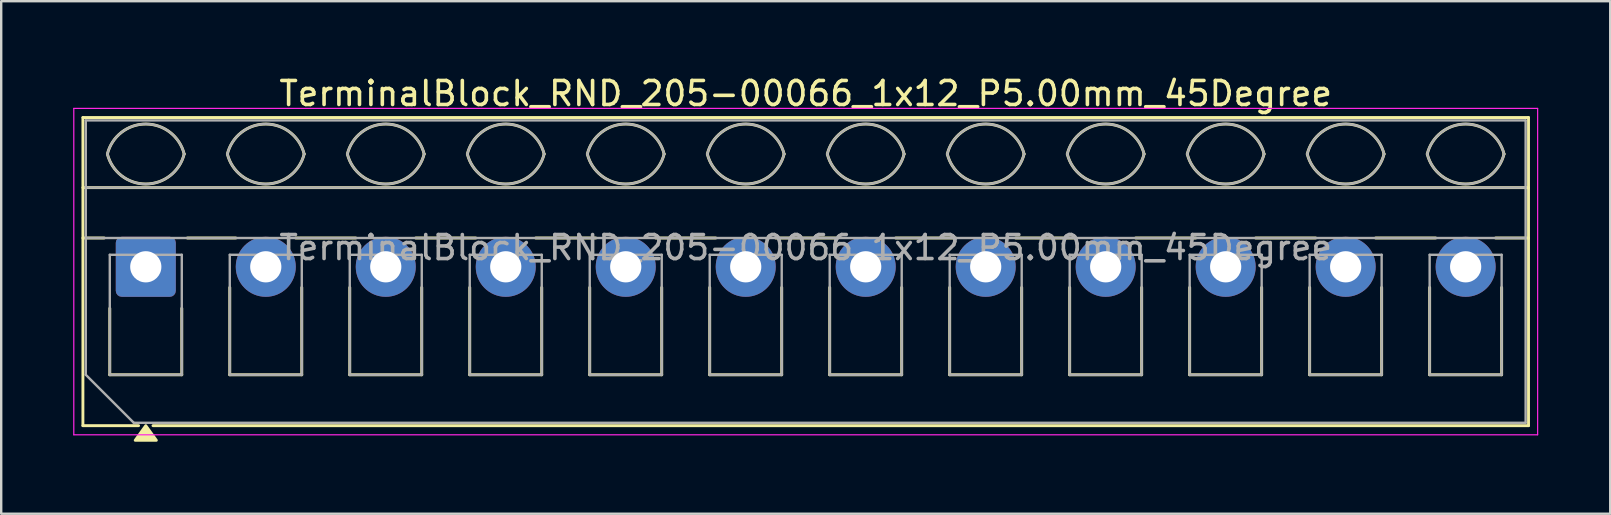
<source format=kicad_pcb>
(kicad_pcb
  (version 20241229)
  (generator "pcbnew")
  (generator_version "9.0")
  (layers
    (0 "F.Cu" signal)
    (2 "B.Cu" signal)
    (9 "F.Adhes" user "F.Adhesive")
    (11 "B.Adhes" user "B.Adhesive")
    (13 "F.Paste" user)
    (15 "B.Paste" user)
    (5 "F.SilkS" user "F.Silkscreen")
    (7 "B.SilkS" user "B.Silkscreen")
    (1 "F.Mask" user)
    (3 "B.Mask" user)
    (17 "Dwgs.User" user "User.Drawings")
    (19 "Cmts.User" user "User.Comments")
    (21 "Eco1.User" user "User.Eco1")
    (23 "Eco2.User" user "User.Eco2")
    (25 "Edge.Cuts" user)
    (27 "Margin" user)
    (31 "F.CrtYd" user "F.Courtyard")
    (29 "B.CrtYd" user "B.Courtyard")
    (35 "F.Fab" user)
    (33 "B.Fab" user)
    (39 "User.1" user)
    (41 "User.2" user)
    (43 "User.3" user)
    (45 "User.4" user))
  (footprint "TerminalBlock_RND_205-00066_1x12_P5.00mm_45Degree"
    (layer "F.Cu")
    (at 3.025 8.068)
    (property "Reference" "TerminalBlock_RND_205-00066_1x12_P5.00mm_45Degree" (at 27.5 -7.22 0) (layer "F.SilkS") (effects (font (size 1 1) (thickness 0.15))))
    (attr through_hole)
    (fp_line (start -2.62 -6.22) (end -2.62 6.62) (stroke (width 0.12) (type solid)) (layer "F.SilkS"))
    (fp_line (start -2.62 -6.22) (end 57.62 -6.22) (stroke (width 0.12) (type solid)) (layer "F.SilkS"))
    (fp_line (start -2.62 -3.3) (end 57.62 -3.3) (stroke (width 0.12) (type solid)) (layer "F.SilkS"))
    (fp_line (start -2.62 -1.2) (end -1.73 -1.2) (stroke (width 0.12) (type solid)) (layer "F.SilkS"))
    (fp_line (start -2.62 6.62) (end -0.3 6.62) (stroke (width 0.12) (type solid)) (layer "F.SilkS"))
    (fp_line (start -1.5 1.73) (end -1.5 4.5) (stroke (width 0.12) (type solid)) (layer "F.SilkS"))
    (fp_line (start -1.5 4.5) (end 1.5 4.5) (stroke (width 0.12) (type solid)) (layer "F.SilkS"))
    (fp_line (start 0.3 6.62) (end 57.62 6.62) (stroke (width 0.12) (type solid)) (layer "F.SilkS"))
    (fp_line (start 1.5 1.73) (end 1.5 4.5) (stroke (width 0.12) (type solid)) (layer "F.SilkS"))
    (fp_line (start 1.73 -1.2) (end 3.754 -1.2) (stroke (width 0.12) (type solid)) (layer "F.SilkS"))
    (fp_line (start 3.5 0.862) (end 3.5 4.5) (stroke (width 0.12) (type solid)) (layer "F.SilkS"))
    (fp_line (start 3.5 4.5) (end 6.5 4.5) (stroke (width 0.12) (type solid)) (layer "F.SilkS"))
    (fp_line (start 6.246 -1.2) (end 8.754 -1.2) (stroke (width 0.12) (type solid)) (layer "F.SilkS"))
    (fp_line (start 6.5 0.862) (end 6.5 4.5) (stroke (width 0.12) (type solid)) (layer "F.SilkS"))
    (fp_line (start 8.5 0.862) (end 8.5 4.5) (stroke (width 0.12) (type solid)) (layer "F.SilkS"))
    (fp_line (start 8.5 4.5) (end 11.5 4.5) (stroke (width 0.12) (type solid)) (layer "F.SilkS"))
    (fp_line (start 11.246 -1.2) (end 13.754 -1.2) (stroke (width 0.12) (type solid)) (layer "F.SilkS"))
    (fp_line (start 11.5 0.862) (end 11.5 4.5) (stroke (width 0.12) (type solid)) (layer "F.SilkS"))
    (fp_line (start 13.5 0.862) (end 13.5 4.5) (stroke (width 0.12) (type solid)) (layer "F.SilkS"))
    (fp_line (start 13.5 4.5) (end 16.5 4.5) (stroke (width 0.12) (type solid)) (layer "F.SilkS"))
    (fp_line (start 16.246 -1.2) (end 18.754 -1.2) (stroke (width 0.12) (type solid)) (layer "F.SilkS"))
    (fp_line (start 16.5 0.862) (end 16.5 4.5) (stroke (width 0.12) (type solid)) (layer "F.SilkS"))
    (fp_line (start 18.5 0.862) (end 18.5 4.5) (stroke (width 0.12) (type solid)) (layer "F.SilkS"))
    (fp_line (start 18.5 4.5) (end 21.5 4.5) (stroke (width 0.12) (type solid)) (layer "F.SilkS"))
    (fp_line (start 21.246 -1.2) (end 23.754 -1.2) (stroke (width 0.12) (type solid)) (layer "F.SilkS"))
    (fp_line (start 21.5 0.862) (end 21.5 4.5) (stroke (width 0.12) (type solid)) (layer "F.SilkS"))
    (fp_line (start 23.5 0.862) (end 23.5 4.5) (stroke (width 0.12) (type solid)) (layer "F.SilkS"))
    (fp_line (start 23.5 4.5) (end 26.5 4.5) (stroke (width 0.12) (type solid)) (layer "F.SilkS"))
    (fp_line (start 26.246 -1.2) (end 28.754 -1.2) (stroke (width 0.12) (type solid)) (layer "F.SilkS"))
    (fp_line (start 26.5 0.862) (end 26.5 4.5) (stroke (width 0.12) (type solid)) (layer "F.SilkS"))
    (fp_line (start 28.5 0.862) (end 28.5 4.5) (stroke (width 0.12) (type solid)) (layer "F.SilkS"))
    (fp_line (start 28.5 4.5) (end 31.5 4.5) (stroke (width 0.12) (type solid)) (layer "F.SilkS"))
    (fp_line (start 31.246 -1.2) (end 33.754 -1.2) (stroke (width 0.12) (type solid)) (layer "F.SilkS"))
    (fp_line (start 31.5 0.862) (end 31.5 4.5) (stroke (width 0.12) (type solid)) (layer "F.SilkS"))
    (fp_line (start 33.5 0.862) (end 33.5 4.5) (stroke (width 0.12) (type solid)) (layer "F.SilkS"))
    (fp_line (start 33.5 4.5) (end 36.5 4.5) (stroke (width 0.12) (type solid)) (layer "F.SilkS"))
    (fp_line (start 36.246 -1.2) (end 38.754 -1.2) (stroke (width 0.12) (type solid)) (layer "F.SilkS"))
    (fp_line (start 36.5 0.862) (end 36.5 4.5) (stroke (width 0.12) (type solid)) (layer "F.SilkS"))
    (fp_line (start 38.5 0.862) (end 38.5 4.5) (stroke (width 0.12) (type solid)) (layer "F.SilkS"))
    (fp_line (start 38.5 4.5) (end 41.5 4.5) (stroke (width 0.12) (type solid)) (layer "F.SilkS"))
    (fp_line (start 41.246 -1.2) (end 43.754 -1.2) (stroke (width 0.12) (type solid)) (layer "F.SilkS"))
    (fp_line (start 41.5 0.862) (end 41.5 4.5) (stroke (width 0.12) (type solid)) (layer "F.SilkS"))
    (fp_line (start 43.5 0.862) (end 43.5 4.5) (stroke (width 0.12) (type solid)) (layer "F.SilkS"))
    (fp_line (start 43.5 4.5) (end 46.5 4.5) (stroke (width 0.12) (type solid)) (layer "F.SilkS"))
    (fp_line (start 46.246 -1.2) (end 48.754 -1.2) (stroke (width 0.12) (type solid)) (layer "F.SilkS"))
    (fp_line (start 46.5 0.862) (end 46.5 4.5) (stroke (width 0.12) (type solid)) (layer "F.SilkS"))
    (fp_line (start 48.5 0.862) (end 48.5 4.5) (stroke (width 0.12) (type solid)) (layer "F.SilkS"))
    (fp_line (start 48.5 4.5) (end 51.5 4.5) (stroke (width 0.12) (type solid)) (layer "F.SilkS"))
    (fp_line (start 51.246 -1.2) (end 53.754 -1.2) (stroke (width 0.12) (type solid)) (layer "F.SilkS"))
    (fp_line (start 51.5 0.862) (end 51.5 4.5) (stroke (width 0.12) (type solid)) (layer "F.SilkS"))
    (fp_line (start 53.5 0.862) (end 53.5 4.5) (stroke (width 0.12) (type solid)) (layer "F.SilkS"))
    (fp_line (start 53.5 4.5) (end 56.5 4.5) (stroke (width 0.12) (type solid)) (layer "F.SilkS"))
    (fp_line (start 56.246 -1.2) (end 57.62 -1.2) (stroke (width 0.12) (type solid)) (layer "F.SilkS"))
    (fp_line (start 56.5 0.862) (end 56.5 4.5) (stroke (width 0.12) (type solid)) (layer "F.SilkS"))
    (fp_line (start 57.62 -6.22) (end 57.62 6.62) (stroke (width 0.12) (type solid)) (layer "F.SilkS"))
    (fp_arc (start -1.600031 -4.699875) (mid -0.000065 -5.95) (end 1.6 -4.7) (stroke (width 0.12) (type solid)) (layer "F.SilkS"))
    (fp_arc (start 1.6 -4.7) (mid -0.000065 -3.45) (end -1.600031 -4.700125) (stroke (width 0.12) (type solid)) (layer "F.SilkS"))
    (fp_arc (start 3.399969 -4.699875) (mid 4.999935 -5.95) (end 6.6 -4.7) (stroke (width 0.12) (type solid)) (layer "F.SilkS"))
    (fp_arc (start 6.6 -4.7) (mid 4.999935 -3.45) (end 3.399969 -4.700125) (stroke (width 0.12) (type solid)) (layer "F.SilkS"))
    (fp_arc (start 8.399969 -4.699875) (mid 9.999935 -5.95) (end 11.6 -4.7) (stroke (width 0.12) (type solid)) (layer "F.SilkS"))
    (fp_arc (start 11.6 -4.7) (mid 9.999935 -3.45) (end 8.399969 -4.700125) (stroke (width 0.12) (type solid)) (layer "F.SilkS"))
    (fp_arc (start 13.399969 -4.699875) (mid 14.999935 -5.95) (end 16.6 -4.7) (stroke (width 0.12) (type solid)) (layer "F.SilkS"))
    (fp_arc (start 16.6 -4.7) (mid 14.999935 -3.45) (end 13.399969 -4.700125) (stroke (width 0.12) (type solid)) (layer "F.SilkS"))
    (fp_arc (start 18.399969 -4.699875) (mid 19.999935 -5.95) (end 21.6 -4.7) (stroke (width 0.12) (type solid)) (layer "F.SilkS"))
    (fp_arc (start 21.6 -4.7) (mid 19.999935 -3.45) (end 18.399969 -4.700125) (stroke (width 0.12) (type solid)) (layer "F.SilkS"))
    (fp_arc (start 23.399969 -4.699875) (mid 24.999935 -5.95) (end 26.6 -4.7) (stroke (width 0.12) (type solid)) (layer "F.SilkS"))
    (fp_arc (start 26.6 -4.7) (mid 24.999935 -3.45) (end 23.399969 -4.700125) (stroke (width 0.12) (type solid)) (layer "F.SilkS"))
    (fp_arc (start 28.399969 -4.699875) (mid 29.999935 -5.95) (end 31.6 -4.7) (stroke (width 0.12) (type solid)) (layer "F.SilkS"))
    (fp_arc (start 31.6 -4.7) (mid 29.999935 -3.45) (end 28.399969 -4.700125) (stroke (width 0.12) (type solid)) (layer "F.SilkS"))
    (fp_arc (start 33.399969 -4.699875) (mid 34.999935 -5.95) (end 36.6 -4.7) (stroke (width 0.12) (type solid)) (layer "F.SilkS"))
    (fp_arc (start 36.6 -4.7) (mid 34.999935 -3.45) (end 33.399969 -4.700125) (stroke (width 0.12) (type solid)) (layer "F.SilkS"))
    (fp_arc (start 38.399969 -4.699875) (mid 39.999935 -5.95) (end 41.6 -4.7) (stroke (width 0.12) (type solid)) (layer "F.SilkS"))
    (fp_arc (start 41.6 -4.7) (mid 39.999935 -3.45) (end 38.399969 -4.700125) (stroke (width 0.12) (type solid)) (layer "F.SilkS"))
    (fp_arc (start 43.399969 -4.699875) (mid 44.999935 -5.95) (end 46.6 -4.7) (stroke (width 0.12) (type solid)) (layer "F.SilkS"))
    (fp_arc (start 46.6 -4.7) (mid 44.999935 -3.45) (end 43.399969 -4.700125) (stroke (width 0.12) (type solid)) (layer "F.SilkS"))
    (fp_arc (start 48.399969 -4.699875) (mid 49.999935 -5.95) (end 51.6 -4.7) (stroke (width 0.12) (type solid)) (layer "F.SilkS"))
    (fp_arc (start 51.6 -4.7) (mid 49.999935 -3.45) (end 48.399969 -4.700125) (stroke (width 0.12) (type solid)) (layer "F.SilkS"))
    (fp_arc (start 53.399969 -4.699875) (mid 54.999935 -5.95) (end 56.6 -4.7) (stroke (width 0.12) (type solid)) (layer "F.SilkS"))
    (fp_arc (start 56.6 -4.7) (mid 54.999935 -3.45) (end 53.399969 -4.700125) (stroke (width 0.12) (type solid)) (layer "F.SilkS"))
    (fp_poly (pts (xy 0 6.62) (xy 0.44 7.23) (xy -0.44 7.23)) (stroke (width 0.12) (type solid)) (fill yes) (layer "F.SilkS"))
    (fp_line (start -3 -6.6) (end -3 7) (stroke (width 0.05) (type solid)) (layer "F.CrtYd"))
    (fp_line (start -3 7) (end 58 7) (stroke (width 0.05) (type solid)) (layer "F.CrtYd"))
    (fp_line (start 58 -6.6) (end -3 -6.6) (stroke (width 0.05) (type solid)) (layer "F.CrtYd"))
    (fp_line (start 58 7) (end 58 -6.6) (stroke (width 0.05) (type solid)) (layer "F.CrtYd"))
    (fp_line (start -2.5 -6.1) (end 57.5 -6.1) (stroke (width 0.1) (type solid)) (layer "F.Fab"))
    (fp_line (start -2.5 -3.3) (end 57.5 -3.3) (stroke (width 0.1) (type solid)) (layer "F.Fab"))
    (fp_line (start -2.5 -1.2) (end 57.5 -1.2) (stroke (width 0.1) (type solid)) (layer "F.Fab"))
    (fp_line (start -2.5 4.5) (end -2.5 -6.1) (stroke (width 0.1) (type solid)) (layer "F.Fab"))
    (fp_line (start -1.5 -0.5) (end -1.5 4.5) (stroke (width 0.1) (type solid)) (layer "F.Fab"))
    (fp_line (start -1.5 4.5) (end 1.5 4.5) (stroke (width 0.1) (type solid)) (layer "F.Fab"))
    (fp_line (start -0.5 6.5) (end -2.5 4.5) (stroke (width 0.1) (type solid)) (layer "F.Fab"))
    (fp_line (start 1.5 -0.5) (end -1.5 -0.5) (stroke (width 0.1) (type solid)) (layer "F.Fab"))
    (fp_line (start 1.5 4.5) (end 1.5 -0.5) (stroke (width 0.1) (type solid)) (layer "F.Fab"))
    (fp_line (start 3.5 -0.5) (end 3.5 4.5) (stroke (width 0.1) (type solid)) (layer "F.Fab"))
    (fp_line (start 3.5 4.5) (end 6.5 4.5) (stroke (width 0.1) (type solid)) (layer "F.Fab"))
    (fp_line (start 6.5 -0.5) (end 3.5 -0.5) (stroke (width 0.1) (type solid)) (layer "F.Fab"))
    (fp_line (start 6.5 4.5) (end 6.5 -0.5) (stroke (width 0.1) (type solid)) (layer "F.Fab"))
    (fp_line (start 8.5 -0.5) (end 8.5 4.5) (stroke (width 0.1) (type solid)) (layer "F.Fab"))
    (fp_line (start 8.5 4.5) (end 11.5 4.5) (stroke (width 0.1) (type solid)) (layer "F.Fab"))
    (fp_line (start 11.5 -0.5) (end 8.5 -0.5) (stroke (width 0.1) (type solid)) (layer "F.Fab"))
    (fp_line (start 11.5 4.5) (end 11.5 -0.5) (stroke (width 0.1) (type solid)) (layer "F.Fab"))
    (fp_line (start 13.5 -0.5) (end 13.5 4.5) (stroke (width 0.1) (type solid)) (layer "F.Fab"))
    (fp_line (start 13.5 4.5) (end 16.5 4.5) (stroke (width 0.1) (type solid)) (layer "F.Fab"))
    (fp_line (start 16.5 -0.5) (end 13.5 -0.5) (stroke (width 0.1) (type solid)) (layer "F.Fab"))
    (fp_line (start 16.5 4.5) (end 16.5 -0.5) (stroke (width 0.1) (type solid)) (layer "F.Fab"))
    (fp_line (start 18.5 -0.5) (end 18.5 4.5) (stroke (width 0.1) (type solid)) (layer "F.Fab"))
    (fp_line (start 18.5 4.5) (end 21.5 4.5) (stroke (width 0.1) (type solid)) (layer "F.Fab"))
    (fp_line (start 21.5 -0.5) (end 18.5 -0.5) (stroke (width 0.1) (type solid)) (layer "F.Fab"))
    (fp_line (start 21.5 4.5) (end 21.5 -0.5) (stroke (width 0.1) (type solid)) (layer "F.Fab"))
    (fp_line (start 23.5 -0.5) (end 23.5 4.5) (stroke (width 0.1) (type solid)) (layer "F.Fab"))
    (fp_line (start 23.5 4.5) (end 26.5 4.5) (stroke (width 0.1) (type solid)) (layer "F.Fab"))
    (fp_line (start 26.5 -0.5) (end 23.5 -0.5) (stroke (width 0.1) (type solid)) (layer "F.Fab"))
    (fp_line (start 26.5 4.5) (end 26.5 -0.5) (stroke (width 0.1) (type solid)) (layer "F.Fab"))
    (fp_line (start 28.5 -0.5) (end 28.5 4.5) (stroke (width 0.1) (type solid)) (layer "F.Fab"))
    (fp_line (start 28.5 4.5) (end 31.5 4.5) (stroke (width 0.1) (type solid)) (layer "F.Fab"))
    (fp_line (start 31.5 -0.5) (end 28.5 -0.5) (stroke (width 0.1) (type solid)) (layer "F.Fab"))
    (fp_line (start 31.5 4.5) (end 31.5 -0.5) (stroke (width 0.1) (type solid)) (layer "F.Fab"))
    (fp_line (start 33.5 -0.5) (end 33.5 4.5) (stroke (width 0.1) (type solid)) (layer "F.Fab"))
    (fp_line (start 33.5 4.5) (end 36.5 4.5) (stroke (width 0.1) (type solid)) (layer "F.Fab"))
    (fp_line (start 36.5 -0.5) (end 33.5 -0.5) (stroke (width 0.1) (type solid)) (layer "F.Fab"))
    (fp_line (start 36.5 4.5) (end 36.5 -0.5) (stroke (width 0.1) (type solid)) (layer "F.Fab"))
    (fp_line (start 38.5 -0.5) (end 38.5 4.5) (stroke (width 0.1) (type solid)) (layer "F.Fab"))
    (fp_line (start 38.5 4.5) (end 41.5 4.5) (stroke (width 0.1) (type solid)) (layer "F.Fab"))
    (fp_line (start 41.5 -0.5) (end 38.5 -0.5) (stroke (width 0.1) (type solid)) (layer "F.Fab"))
    (fp_line (start 41.5 4.5) (end 41.5 -0.5) (stroke (width 0.1) (type solid)) (layer "F.Fab"))
    (fp_line (start 43.5 -0.5) (end 43.5 4.5) (stroke (width 0.1) (type solid)) (layer "F.Fab"))
    (fp_line (start 43.5 4.5) (end 46.5 4.5) (stroke (width 0.1) (type solid)) (layer "F.Fab"))
    (fp_line (start 46.5 -0.5) (end 43.5 -0.5) (stroke (width 0.1) (type solid)) (layer "F.Fab"))
    (fp_line (start 46.5 4.5) (end 46.5 -0.5) (stroke (width 0.1) (type solid)) (layer "F.Fab"))
    (fp_line (start 48.5 -0.5) (end 48.5 4.5) (stroke (width 0.1) (type solid)) (layer "F.Fab"))
    (fp_line (start 48.5 4.5) (end 51.5 4.5) (stroke (width 0.1) (type solid)) (layer "F.Fab"))
    (fp_line (start 51.5 -0.5) (end 48.5 -0.5) (stroke (width 0.1) (type solid)) (layer "F.Fab"))
    (fp_line (start 51.5 4.5) (end 51.5 -0.5) (stroke (width 0.1) (type solid)) (layer "F.Fab"))
    (fp_line (start 53.5 -0.5) (end 53.5 4.5) (stroke (width 0.1) (type solid)) (layer "F.Fab"))
    (fp_line (start 53.5 4.5) (end 56.5 4.5) (stroke (width 0.1) (type solid)) (layer "F.Fab"))
    (fp_line (start 56.5 -0.5) (end 53.5 -0.5) (stroke (width 0.1) (type solid)) (layer "F.Fab"))
    (fp_line (start 56.5 4.5) (end 56.5 -0.5) (stroke (width 0.1) (type solid)) (layer "F.Fab"))
    (fp_line (start 57.5 -6.1) (end 57.5 6.5) (stroke (width 0.1) (type solid)) (layer "F.Fab"))
    (fp_line (start 57.5 6.5) (end -0.5 6.5) (stroke (width 0.1) (type solid)) (layer "F.Fab"))
    (fp_arc (start -1.600914 -4.700344) (mid 0.000177 -5.95097) (end 1.601 -4.7) (stroke (width 0.1) (type solid)) (layer "F.Fab"))
    (fp_arc (start 1.6 -4.7) (mid -0.000065 -3.45) (end -1.600031 -4.700125) (stroke (width 0.1) (type solid)) (layer "F.Fab"))
    (fp_arc (start 3.399086 -4.700344) (mid 5.000177 -5.95097) (end 6.601 -4.7) (stroke (width 0.1) (type solid)) (layer "F.Fab"))
    (fp_arc (start 6.6 -4.7) (mid 4.999935 -3.45) (end 3.399969 -4.700125) (stroke (width 0.1) (type solid)) (layer "F.Fab"))
    (fp_arc (start 8.399086 -4.700344) (mid 10.000177 -5.95097) (end 11.601 -4.7) (stroke (width 0.1) (type solid)) (layer "F.Fab"))
    (fp_arc (start 11.6 -4.7) (mid 9.999935 -3.45) (end 8.399969 -4.700125) (stroke (width 0.1) (type solid)) (layer "F.Fab"))
    (fp_arc (start 13.399086 -4.700344) (mid 15.000177 -5.95097) (end 16.601 -4.7) (stroke (width 0.1) (type solid)) (layer "F.Fab"))
    (fp_arc (start 16.6 -4.7) (mid 14.999935 -3.45) (end 13.399969 -4.700125) (stroke (width 0.1) (type solid)) (layer "F.Fab"))
    (fp_arc (start 18.399086 -4.700344) (mid 20.000177 -5.95097) (end 21.601 -4.7) (stroke (width 0.1) (type solid)) (layer "F.Fab"))
    (fp_arc (start 21.6 -4.7) (mid 19.999935 -3.45) (end 18.399969 -4.700125) (stroke (width 0.1) (type solid)) (layer "F.Fab"))
    (fp_arc (start 23.399086 -4.700344) (mid 25.000177 -5.95097) (end 26.601 -4.7) (stroke (width 0.1) (type solid)) (layer "F.Fab"))
    (fp_arc (start 26.6 -4.7) (mid 24.999935 -3.45) (end 23.399969 -4.700125) (stroke (width 0.1) (type solid)) (layer "F.Fab"))
    (fp_arc (start 28.399086 -4.700344) (mid 30.000177 -5.95097) (end 31.601 -4.7) (stroke (width 0.1) (type solid)) (layer "F.Fab"))
    (fp_arc (start 31.6 -4.7) (mid 29.999935 -3.45) (end 28.399969 -4.700125) (stroke (width 0.1) (type solid)) (layer "F.Fab"))
    (fp_arc (start 33.399086 -4.700344) (mid 35.000177 -5.95097) (end 36.601 -4.7) (stroke (width 0.1) (type solid)) (layer "F.Fab"))
    (fp_arc (start 36.6 -4.7) (mid 34.999935 -3.45) (end 33.399969 -4.700125) (stroke (width 0.1) (type solid)) (layer "F.Fab"))
    (fp_arc (start 38.399086 -4.700344) (mid 40.000177 -5.95097) (end 41.601 -4.7) (stroke (width 0.1) (type solid)) (layer "F.Fab"))
    (fp_arc (start 41.6 -4.7) (mid 39.999935 -3.45) (end 38.399969 -4.700125) (stroke (width 0.1) (type solid)) (layer "F.Fab"))
    (fp_arc (start 43.399086 -4.700344) (mid 45.000177 -5.95097) (end 46.601 -4.7) (stroke (width 0.1) (type solid)) (layer "F.Fab"))
    (fp_arc (start 46.6 -4.7) (mid 44.999935 -3.45) (end 43.399969 -4.700125) (stroke (width 0.1) (type solid)) (layer "F.Fab"))
    (fp_arc (start 48.399086 -4.700344) (mid 50.000177 -5.95097) (end 51.601 -4.7) (stroke (width 0.1) (type solid)) (layer "F.Fab"))
    (fp_arc (start 51.6 -4.7) (mid 49.999935 -3.45) (end 48.399969 -4.700125) (stroke (width 0.1) (type solid)) (layer "F.Fab"))
    (fp_arc (start 53.399086 -4.700344) (mid 55.000177 -5.95097) (end 56.601 -4.7) (stroke (width 0.1) (type solid)) (layer "F.Fab"))
    (fp_arc (start 56.6 -4.7) (mid 54.999935 -3.45) (end 53.399969 -4.700125) (stroke (width 0.1) (type solid)) (layer "F.Fab"))
    (fp_text user "${REFERENCE}" (at 27.5 -0.8 0) (layer "F.Fab") (effects (font (size 1 1) (thickness 0.15))))
    (pad "1" thru_hole roundrect (at 0 0) (size 2.5 2.5) (drill 1.3) (layers "*.Cu" "*.Mask") (roundrect_rratio 0.1))
    (pad "2" thru_hole circle (at 5 0) (size 2.5 2.5) (drill 1.3) (layers "*.Cu" "*.Mask"))
    (pad "3" thru_hole circle (at 10 0) (size 2.5 2.5) (drill 1.3) (layers "*.Cu" "*.Mask"))
    (pad "4" thru_hole circle (at 15 0) (size 2.5 2.5) (drill 1.3) (layers "*.Cu" "*.Mask"))
    (pad "5" thru_hole circle (at 20 0) (size 2.5 2.5) (drill 1.3) (layers "*.Cu" "*.Mask"))
    (pad "6" thru_hole circle (at 25 0) (size 2.5 2.5) (drill 1.3) (layers "*.Cu" "*.Mask"))
    (pad "7" thru_hole circle (at 30 0) (size 2.5 2.5) (drill 1.3) (layers "*.Cu" "*.Mask"))
    (pad "8" thru_hole circle (at 35 0) (size 2.5 2.5) (drill 1.3) (layers "*.Cu" "*.Mask"))
    (pad "9" thru_hole circle (at 40 0) (size 2.5 2.5) (drill 1.3) (layers "*.Cu" "*.Mask"))
    (pad "10" thru_hole circle (at 45 0) (size 2.5 2.5) (drill 1.3) (layers "*.Cu" "*.Mask"))
    (pad "11" thru_hole circle (at 50 0) (size 2.5 2.5) (drill 1.3) (layers "*.Cu" "*.Mask"))
    (pad "12" thru_hole circle (at 55 0) (size 2.5 2.5) (drill 1.3) (layers "*.Cu" "*.Mask")))
  (gr_rect
    (start -3 -3)
    (end 64.05 18.358)
    (stroke (width 0.1) (type default))
    (fill no)
    (layer "Edge.Cuts")))
</source>
